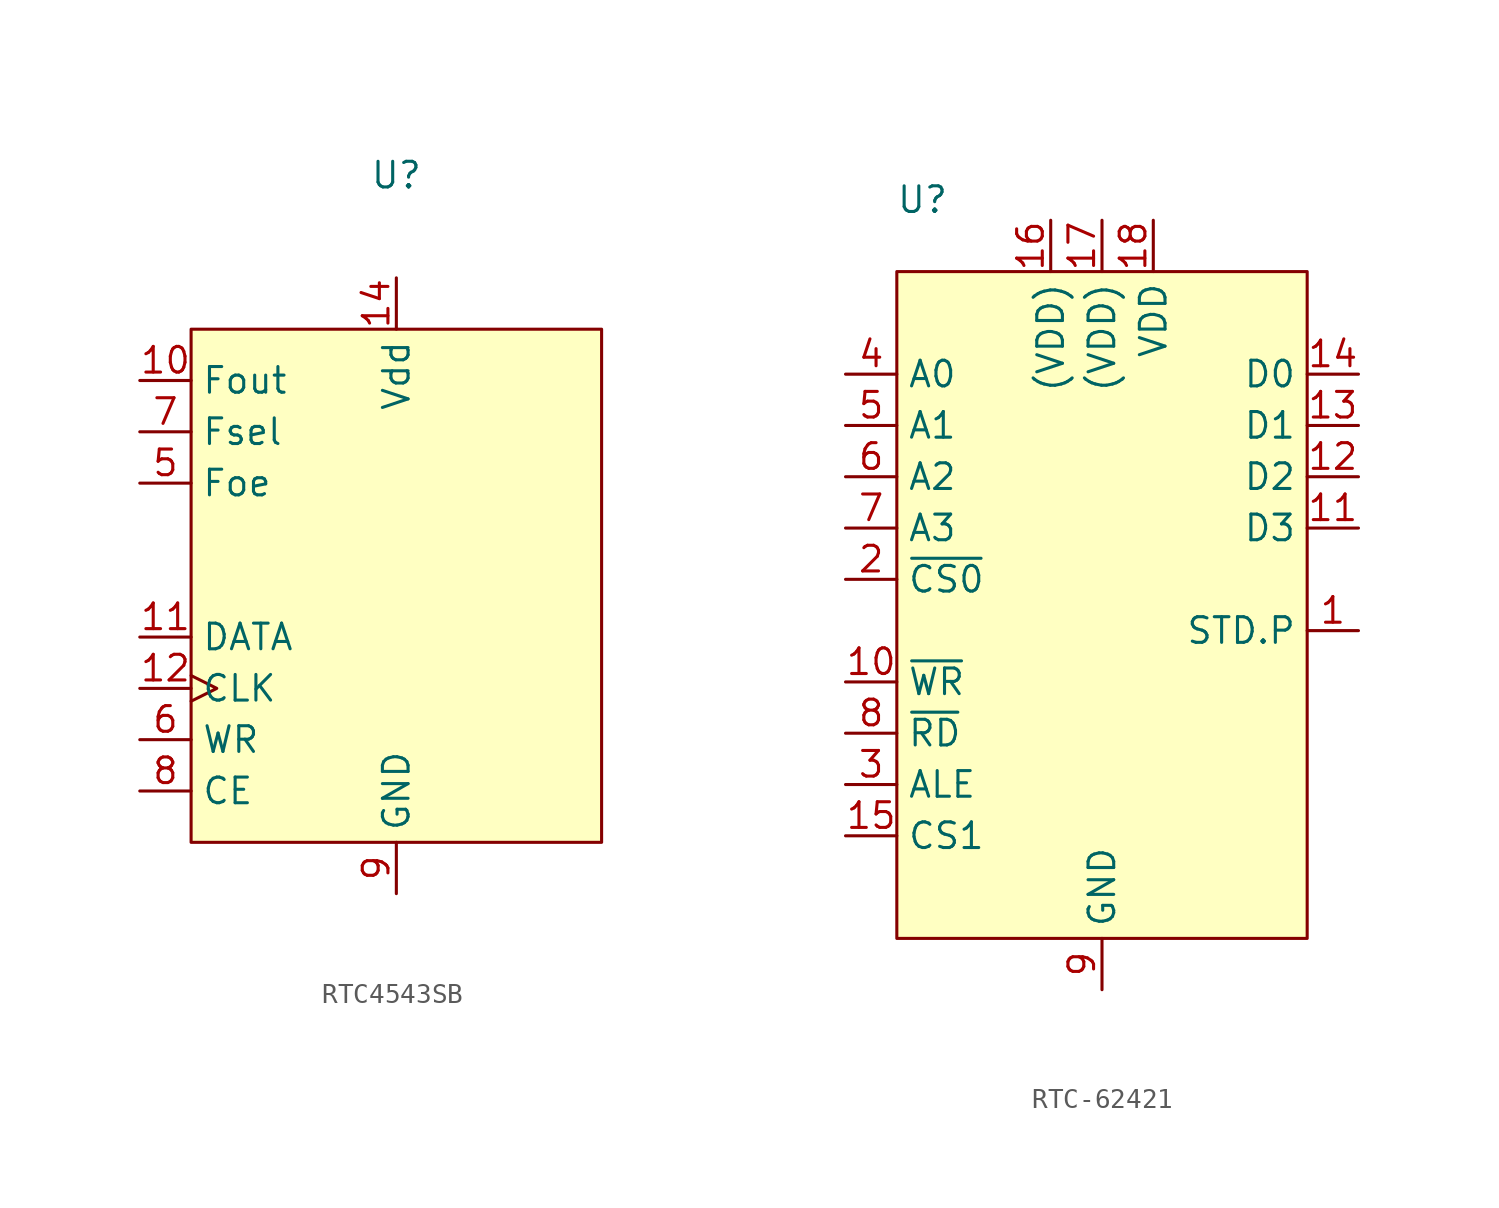
<source format=kicad_sym>
(kicad_symbol_lib
  (version 20241209)
  (generator "kicad_symbol_editor")
  (generator_version "9.0")
  (symbol "RTC4543SB"
    (property "Reference" "U"
      (at 0 0 0)
      (effects (font (size 1.27 1.27))))
    (property "Value" ""
      (at 0 0 0)
      (effects (font (size 1.27 1.27))))
    (symbol "RTC4543SB_0_0"
      (pin unspecified line (at -12.7 -10.16 0) (length 2.54) (name "Fout" (effects (font (size 1.27 1.27)))) (number "10" (effects (font (size 1.27 1.27)))))
      (pin unspecified line (at -12.7 -12.7 0) (length 2.54) (name "Fsel" (effects (font (size 1.27 1.27)))) (number "7" (effects (font (size 1.27 1.27)))))
      (pin unspecified line (at -12.7 -15.24 0) (length 2.54) (name "Foe" (effects (font (size 1.27 1.27)))) (number "5" (effects (font (size 1.27 1.27)))))
      (pin bidirectional line (at -12.7 -22.86 0) (length 2.54) (name "DATA" (effects (font (size 1.27 1.27)))) (number "11" (effects (font (size 1.27 1.27)))))
      (pin unspecified clock (at -12.7 -25.4 0) (length 2.54) (name "CLK" (effects (font (size 1.27 1.27)))) (number "12" (effects (font (size 1.27 1.27)))))
      (pin unspecified line (at -12.7 -27.94 0) (length 2.54) (name "WR" (effects (font (size 1.27 1.27)))) (number "6" (effects (font (size 1.27 1.27)))))
      (pin input line (at -12.7 -30.48 0) (length 2.54) (name "CE" (effects (font (size 1.27 1.27)))) (number "8" (effects (font (size 1.27 1.27)))))
      (pin power_in line (at 0 -5.08 270) (length 2.54) (name "Vdd" (effects (font (size 1.27 1.27)))) (number "14" (effects (font (size 1.27 1.27)))))
      (pin power_in line (at 0 -35.56 90) (length 2.54) (name "GND" (effects (font (size 1.27 1.27)))) (number "9" (effects (font (size 1.27 1.27))))))
    (symbol "RTC4543SB_1_0"
      (pin no_connect line (at 12.7 -10.16 180) (length 2.54) (hide yes) (name "N.C" (effects (font (size 1.27 1.27)))) (number "1" (effects (font (size 1.27 1.27)))))
      (pin no_connect line (at 12.7 -12.7 180) (length 2.54) (hide yes) (name "N.C" (effects (font (size 1.27 1.27)))) (number "2" (effects (font (size 1.27 1.27)))))
      (pin no_connect line (at 12.7 -15.24 180) (length 2.54) (hide yes) (name "N.C" (effects (font (size 1.27 1.27)))) (number "3" (effects (font (size 1.27 1.27)))))
      (pin no_connect line (at 12.7 -17.78 180) (length 2.54) (hide yes) (name "N.C" (effects (font (size 1.27 1.27)))) (number "4" (effects (font (size 1.27 1.27)))))
      (pin no_connect line (at 12.7 -20.32 180) (length 2.54) (hide yes) (name "N.C" (effects (font (size 1.27 1.27)))) (number "13" (effects (font (size 1.27 1.27)))))
      (pin no_connect line (at 12.7 -22.86 180) (length 2.54) (hide yes) (name "N.C" (effects (font (size 1.27 1.27)))) (number "15" (effects (font (size 1.27 1.27)))))
      (pin no_connect line (at 12.7 -25.4 180) (length 2.54) (hide yes) (name "N.C" (effects (font (size 1.27 1.27)))) (number "16" (effects (font (size 1.27 1.27)))))
      (pin no_connect line (at 12.7 -27.94 180) (length 2.54) (hide yes) (name "N.C" (effects (font (size 1.27 1.27)))) (number "17" (effects (font (size 1.27 1.27)))))
      (pin no_connect line (at 12.7 -30.48 180) (length 2.54) (hide yes) (name "N.C" (effects (font (size 1.27 1.27)))) (number "18" (effects (font (size 1.27 1.27))))))
    (symbol "RTC4543SB_1_1"
      (rectangle (start -10.16 -7.62) (end 10.16 -33.02) (stroke (width 0) (type default)) (fill (type background)))))
  (symbol "RTC-62421"
    (property "Reference" "U"
      (at -8.89 -1.524 0)
      (effects (font (size 1.27 1.27))))
    (property "Value" ""
      (at 0 0 0)
      (effects (font (size 1.27 1.27))))
    (symbol "RTC-62421_0_0"
      (pin input line (at -12.7 -10.16 0) (length 2.54) (name "A0" (effects (font (size 1.27 1.27)))) (number "4" (effects (font (size 1.27 1.27)))))
      (pin input line (at -12.7 -12.7 0) (length 2.54) (name "A1" (effects (font (size 1.27 1.27)))) (number "5" (effects (font (size 1.27 1.27)))))
      (pin input line (at -12.7 -15.24 0) (length 2.54) (name "A2" (effects (font (size 1.27 1.27)))) (number "6" (effects (font (size 1.27 1.27)))))
      (pin input line (at -12.7 -17.78 0) (length 2.54) (name "A3" (effects (font (size 1.27 1.27)))) (number "7" (effects (font (size 1.27 1.27)))))
      (pin input line (at -12.7 -20.32 0) (length 2.54) (name "~{CS0}" (effects (font (size 1.27 1.27)))) (number "2" (effects (font (size 1.27 1.27)))))
      (pin input line (at -12.7 -25.4 0) (length 2.54) (name "~{WR}" (effects (font (size 1.27 1.27)))) (number "10" (effects (font (size 1.27 1.27)))))
      (pin input line (at -12.7 -27.94 0) (length 2.54) (name "~{RD}" (effects (font (size 1.27 1.27)))) (number "8" (effects (font (size 1.27 1.27)))))
      (pin input line (at -12.7 -30.48 0) (length 2.54) (name "ALE" (effects (font (size 1.27 1.27)))) (number "3" (effects (font (size 1.27 1.27)))))
      (pin input line (at -12.7 -33.02 0) (length 2.54) (name "CS1" (effects (font (size 1.27 1.27)))) (number "15" (effects (font (size 1.27 1.27)))))
      (pin power_in line (at -2.54 -2.54 270) (length 2.54) (name "(VDD)" (effects (font (size 1.27 1.27)))) (number "16" (effects (font (size 1.27 1.27)))))
      (pin power_in line (at 0 -2.54 270) (length 2.54) (name "(VDD)" (effects (font (size 1.27 1.27)))) (number "17" (effects (font (size 1.27 1.27)))))
      (pin power_in line (at 0 -40.64 90) (length 2.54) (name "GND" (effects (font (size 1.27 1.27)))) (number "9" (effects (font (size 1.27 1.27)))))
      (pin power_in line (at 2.54 -2.54 270) (length 2.54) (name "VDD" (effects (font (size 1.27 1.27)))) (number "18" (effects (font (size 1.27 1.27)))))
      (pin bidirectional line (at 12.7 -10.16 180) (length 2.54) (name "D0" (effects (font (size 1.27 1.27)))) (number "14" (effects (font (size 1.27 1.27)))))
      (pin bidirectional line (at 12.7 -12.7 180) (length 2.54) (name "D1" (effects (font (size 1.27 1.27)))) (number "13" (effects (font (size 1.27 1.27)))))
      (pin bidirectional line (at 12.7 -15.24 180) (length 2.54) (name "D2" (effects (font (size 1.27 1.27)))) (number "12" (effects (font (size 1.27 1.27)))))
      (pin bidirectional line (at 12.7 -17.78 180) (length 2.54) (name "D3" (effects (font (size 1.27 1.27)))) (number "11" (effects (font (size 1.27 1.27)))))
      (pin output line (at 12.7 -22.86 180) (length 2.54) (name "STD.P" (effects (font (size 1.27 1.27)))) (number "1" (effects (font (size 1.27 1.27))))))
    (symbol "RTC-62421_1_1"
      (rectangle (start -10.16 -5.08) (end 10.16 -38.1) (stroke (width 0) (type solid)) (fill (type background))))))
</source>
